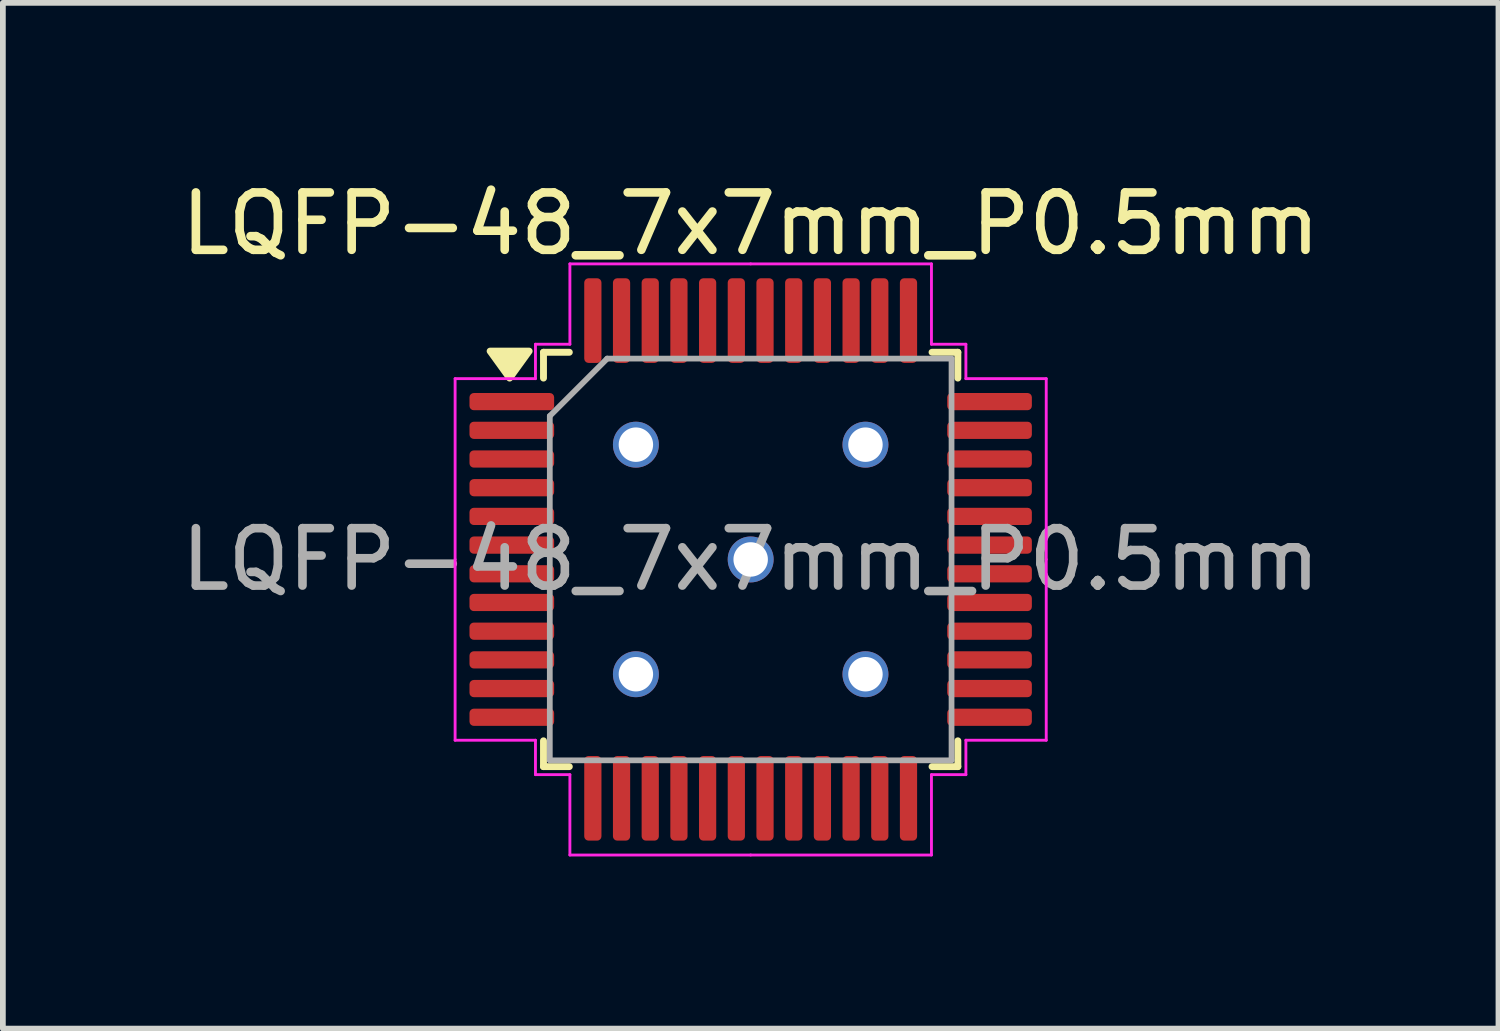
<source format=kicad_pcb>
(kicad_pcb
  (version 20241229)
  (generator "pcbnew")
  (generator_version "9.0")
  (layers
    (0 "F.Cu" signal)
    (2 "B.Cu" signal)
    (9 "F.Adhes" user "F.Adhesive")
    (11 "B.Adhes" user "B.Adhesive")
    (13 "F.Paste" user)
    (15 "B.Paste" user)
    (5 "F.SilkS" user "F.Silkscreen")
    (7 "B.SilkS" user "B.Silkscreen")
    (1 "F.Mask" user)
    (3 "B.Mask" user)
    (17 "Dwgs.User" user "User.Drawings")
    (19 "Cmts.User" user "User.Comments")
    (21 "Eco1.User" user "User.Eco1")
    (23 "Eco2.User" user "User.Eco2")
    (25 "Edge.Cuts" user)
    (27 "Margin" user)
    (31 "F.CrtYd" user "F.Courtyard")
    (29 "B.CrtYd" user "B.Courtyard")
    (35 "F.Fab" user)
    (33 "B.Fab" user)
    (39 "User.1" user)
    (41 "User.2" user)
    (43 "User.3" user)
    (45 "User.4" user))
  (footprint "LQFP-48_7x7mm_P0.5mm"
    (layer "F.Cu")
    (at 10.03 6.698)
    (property "Reference" "LQFP-48_7x7mm_P0.5mm" (at 0 -5.85 0) (layer "F.SilkS") (effects (font (size 1 1) (thickness 0.15))))
    (attr smd)
    (fp_line (start -3.61 -3.61) (end -3.61 -3.16) (stroke (width 0.12) (type solid)) (layer "F.SilkS"))
    (fp_line (start -3.61 3.61) (end -3.61 3.16) (stroke (width 0.12) (type solid)) (layer "F.SilkS"))
    (fp_line (start -3.16 -3.61) (end -3.61 -3.61) (stroke (width 0.12) (type solid)) (layer "F.SilkS"))
    (fp_line (start -3.16 3.61) (end -3.61 3.61) (stroke (width 0.12) (type solid)) (layer "F.SilkS"))
    (fp_line (start 3.16 -3.61) (end 3.61 -3.61) (stroke (width 0.12) (type solid)) (layer "F.SilkS"))
    (fp_line (start 3.16 3.61) (end 3.61 3.61) (stroke (width 0.12) (type solid)) (layer "F.SilkS"))
    (fp_line (start 3.61 -3.61) (end 3.61 -3.16) (stroke (width 0.12) (type solid)) (layer "F.SilkS"))
    (fp_line (start 3.61 3.61) (end 3.61 3.16) (stroke (width 0.12) (type solid)) (layer "F.SilkS"))
    (fp_poly (pts (xy -4.2 -3.16) (xy -4.54 -3.63) (xy -3.86 -3.63) (xy -4.2 -3.16)) (stroke (width 0.12) (type solid)) (fill yes) (layer "F.SilkS"))
    (fp_line (start -5.15 -3.15) (end -5.15 0) (stroke (width 0.05) (type solid)) (layer "F.CrtYd"))
    (fp_line (start -5.15 3.15) (end -5.15 0) (stroke (width 0.05) (type solid)) (layer "F.CrtYd"))
    (fp_line (start -3.75 -3.75) (end -3.75 -3.15) (stroke (width 0.05) (type solid)) (layer "F.CrtYd"))
    (fp_line (start -3.75 -3.15) (end -5.15 -3.15) (stroke (width 0.05) (type solid)) (layer "F.CrtYd"))
    (fp_line (start -3.75 3.15) (end -5.15 3.15) (stroke (width 0.05) (type solid)) (layer "F.CrtYd"))
    (fp_line (start -3.75 3.75) (end -3.75 3.15) (stroke (width 0.05) (type solid)) (layer "F.CrtYd"))
    (fp_line (start -3.15 -5.15) (end -3.15 -3.75) (stroke (width 0.05) (type solid)) (layer "F.CrtYd"))
    (fp_line (start -3.15 -3.75) (end -3.75 -3.75) (stroke (width 0.05) (type solid)) (layer "F.CrtYd"))
    (fp_line (start -3.15 3.75) (end -3.75 3.75) (stroke (width 0.05) (type solid)) (layer "F.CrtYd"))
    (fp_line (start -3.15 5.15) (end -3.15 3.75) (stroke (width 0.05) (type solid)) (layer "F.CrtYd"))
    (fp_line (start 0 -5.15) (end -3.15 -5.15) (stroke (width 0.05) (type solid)) (layer "F.CrtYd"))
    (fp_line (start 0 -5.15) (end 3.15 -5.15) (stroke (width 0.05) (type solid)) (layer "F.CrtYd"))
    (fp_line (start 0 5.15) (end -3.15 5.15) (stroke (width 0.05) (type solid)) (layer "F.CrtYd"))
    (fp_line (start 0 5.15) (end 3.15 5.15) (stroke (width 0.05) (type solid)) (layer "F.CrtYd"))
    (fp_line (start 3.15 -5.15) (end 3.15 -3.75) (stroke (width 0.05) (type solid)) (layer "F.CrtYd"))
    (fp_line (start 3.15 -3.75) (end 3.75 -3.75) (stroke (width 0.05) (type solid)) (layer "F.CrtYd"))
    (fp_line (start 3.15 3.75) (end 3.75 3.75) (stroke (width 0.05) (type solid)) (layer "F.CrtYd"))
    (fp_line (start 3.15 5.15) (end 3.15 3.75) (stroke (width 0.05) (type solid)) (layer "F.CrtYd"))
    (fp_line (start 3.75 -3.75) (end 3.75 -3.15) (stroke (width 0.05) (type solid)) (layer "F.CrtYd"))
    (fp_line (start 3.75 -3.15) (end 5.15 -3.15) (stroke (width 0.05) (type solid)) (layer "F.CrtYd"))
    (fp_line (start 3.75 3.15) (end 5.15 3.15) (stroke (width 0.05) (type solid)) (layer "F.CrtYd"))
    (fp_line (start 3.75 3.75) (end 3.75 3.15) (stroke (width 0.05) (type solid)) (layer "F.CrtYd"))
    (fp_line (start 5.15 -3.15) (end 5.15 0) (stroke (width 0.05) (type solid)) (layer "F.CrtYd"))
    (fp_line (start 5.15 3.15) (end 5.15 0) (stroke (width 0.05) (type solid)) (layer "F.CrtYd"))
    (fp_line (start -3.5 -2.5) (end -2.5 -3.5) (stroke (width 0.1) (type solid)) (layer "F.Fab"))
    (fp_line (start -3.5 3.5) (end -3.5 -2.5) (stroke (width 0.1) (type solid)) (layer "F.Fab"))
    (fp_line (start -2.5 -3.5) (end 3.5 -3.5) (stroke (width 0.1) (type solid)) (layer "F.Fab"))
    (fp_line (start 3.5 -3.5) (end 3.5 3.5) (stroke (width 0.1) (type solid)) (layer "F.Fab"))
    (fp_line (start 3.5 3.5) (end -3.5 3.5) (stroke (width 0.1) (type solid)) (layer "F.Fab"))
    (fp_text user "${REFERENCE}" (at 0 0 0) (layer "F.Fab") (effects (font (size 1 1) (thickness 0.15))))
    (pad "1" smd roundrect (at -4.162 -2.75) (size 1.475 0.3) (layers "F.Cu" "F.Mask" "F.Paste") (roundrect_rratio 0.25))
    (pad "2" smd roundrect (at -4.162 -2.25) (size 1.475 0.3) (layers "F.Cu" "F.Mask" "F.Paste") (roundrect_rratio 0.25))
    (pad "3" smd roundrect (at -4.162 -1.75) (size 1.475 0.3) (layers "F.Cu" "F.Mask" "F.Paste") (roundrect_rratio 0.25))
    (pad "4" smd roundrect (at -4.162 -1.25) (size 1.475 0.3) (layers "F.Cu" "F.Mask" "F.Paste") (roundrect_rratio 0.25))
    (pad "5" smd roundrect (at -4.162 -0.75) (size 1.475 0.3) (layers "F.Cu" "F.Mask" "F.Paste") (roundrect_rratio 0.25))
    (pad "6" smd roundrect (at -4.162 -0.25) (size 1.475 0.3) (layers "F.Cu" "F.Mask" "F.Paste") (roundrect_rratio 0.25))
    (pad "7" smd roundrect (at -4.162 0.25) (size 1.475 0.3) (layers "F.Cu" "F.Mask" "F.Paste") (roundrect_rratio 0.25))
    (pad "8" smd roundrect (at -4.162 0.75) (size 1.475 0.3) (layers "F.Cu" "F.Mask" "F.Paste") (roundrect_rratio 0.25))
    (pad "9" smd roundrect (at -4.162 1.25) (size 1.475 0.3) (layers "F.Cu" "F.Mask" "F.Paste") (roundrect_rratio 0.25))
    (pad "10" smd roundrect (at -4.162 1.75) (size 1.475 0.3) (layers "F.Cu" "F.Mask" "F.Paste") (roundrect_rratio 0.25))
    (pad "11" smd roundrect (at -4.162 2.25) (size 1.475 0.3) (layers "F.Cu" "F.Mask" "F.Paste") (roundrect_rratio 0.25))
    (pad "12" smd roundrect (at -4.162 2.75) (size 1.475 0.3) (layers "F.Cu" "F.Mask" "F.Paste") (roundrect_rratio 0.25))
    (pad "13" smd roundrect (at -2.75 4.162) (size 0.3 1.475) (layers "F.Cu" "F.Mask" "F.Paste") (roundrect_rratio 0.25))
    (pad "14" smd roundrect (at -2.25 4.162) (size 0.3 1.475) (layers "F.Cu" "F.Mask" "F.Paste") (roundrect_rratio 0.25))
    (pad "15" smd roundrect (at -1.75 4.162) (size 0.3 1.475) (layers "F.Cu" "F.Mask" "F.Paste") (roundrect_rratio 0.25))
    (pad "16" smd roundrect (at -1.25 4.162) (size 0.3 1.475) (layers "F.Cu" "F.Mask" "F.Paste") (roundrect_rratio 0.25))
    (pad "17" smd roundrect (at -0.75 4.162) (size 0.3 1.475) (layers "F.Cu" "F.Mask" "F.Paste") (roundrect_rratio 0.25))
    (pad "18" smd roundrect (at -0.25 4.162) (size 0.3 1.475) (layers "F.Cu" "F.Mask" "F.Paste") (roundrect_rratio 0.25))
    (pad "19" smd roundrect (at 0.25 4.162) (size 0.3 1.475) (layers "F.Cu" "F.Mask" "F.Paste") (roundrect_rratio 0.25))
    (pad "20" smd roundrect (at 0.75 4.162) (size 0.3 1.475) (layers "F.Cu" "F.Mask" "F.Paste") (roundrect_rratio 0.25))
    (pad "21" smd roundrect (at 1.25 4.162) (size 0.3 1.475) (layers "F.Cu" "F.Mask" "F.Paste") (roundrect_rratio 0.25))
    (pad "22" smd roundrect (at 1.75 4.162) (size 0.3 1.475) (layers "F.Cu" "F.Mask" "F.Paste") (roundrect_rratio 0.25))
    (pad "23" thru_hole circle (at -2 -2 270) (size 0.8 0.8) (drill 0.6) (layers "*.Cu" "*.Mask"))
    (pad "23" thru_hole circle (at -2 2) (size 0.8 0.8) (drill 0.6) (layers "*.Cu" "*.Mask"))
    (pad "23" thru_hole circle (at 0 0 270) (size 0.8 0.8) (drill 0.6) (layers "*.Cu" "*.Mask"))
    (pad "23" thru_hole circle (at 2 -2) (size 0.8 0.8) (drill 0.6) (layers "*.Cu" "*.Mask"))
    (pad "23" thru_hole circle (at 2 2 270) (size 0.8 0.8) (drill 0.6) (layers "*.Cu" "*.Mask"))
    (pad "23" smd roundrect (at 2.25 4.162) (size 0.3 1.475) (layers "F.Cu" "F.Mask" "F.Paste") (roundrect_rratio 0.25))
    (pad "24" smd roundrect (at 2.75 4.162) (size 0.3 1.475) (layers "F.Cu" "F.Mask" "F.Paste") (roundrect_rratio 0.25))
    (pad "25" smd roundrect (at 4.162 2.75) (size 1.475 0.3) (layers "F.Cu" "F.Mask" "F.Paste") (roundrect_rratio 0.25))
    (pad "26" smd roundrect (at 4.162 2.25) (size 1.475 0.3) (layers "F.Cu" "F.Mask" "F.Paste") (roundrect_rratio 0.25))
    (pad "27" smd roundrect (at 4.162 1.75) (size 1.475 0.3) (layers "F.Cu" "F.Mask" "F.Paste") (roundrect_rratio 0.25))
    (pad "28" smd roundrect (at 4.162 1.25) (size 1.475 0.3) (layers "F.Cu" "F.Mask" "F.Paste") (roundrect_rratio 0.25))
    (pad "29" smd roundrect (at 4.162 0.75) (size 1.475 0.3) (layers "F.Cu" "F.Mask" "F.Paste") (roundrect_rratio 0.25))
    (pad "30" smd roundrect (at 4.162 0.25) (size 1.475 0.3) (layers "F.Cu" "F.Mask" "F.Paste") (roundrect_rratio 0.25))
    (pad "31" smd roundrect (at 4.162 -0.25) (size 1.475 0.3) (layers "F.Cu" "F.Mask" "F.Paste") (roundrect_rratio 0.25))
    (pad "32" smd roundrect (at 4.162 -0.75) (size 1.475 0.3) (layers "F.Cu" "F.Mask" "F.Paste") (roundrect_rratio 0.25))
    (pad "33" smd roundrect (at 4.162 -1.25) (size 1.475 0.3) (layers "F.Cu" "F.Mask" "F.Paste") (roundrect_rratio 0.25))
    (pad "34" smd roundrect (at 4.162 -1.75) (size 1.475 0.3) (layers "F.Cu" "F.Mask" "F.Paste") (roundrect_rratio 0.25))
    (pad "35" smd roundrect (at 4.162 -2.25) (size 1.475 0.3) (layers "F.Cu" "F.Mask" "F.Paste") (roundrect_rratio 0.25))
    (pad "36" smd roundrect (at 4.162 -2.75) (size 1.475 0.3) (layers "F.Cu" "F.Mask" "F.Paste") (roundrect_rratio 0.25))
    (pad "37" smd roundrect (at 2.75 -4.162) (size 0.3 1.475) (layers "F.Cu" "F.Mask" "F.Paste") (roundrect_rratio 0.25))
    (pad "38" smd roundrect (at 2.25 -4.162) (size 0.3 1.475) (layers "F.Cu" "F.Mask" "F.Paste") (roundrect_rratio 0.25))
    (pad "39" smd roundrect (at 1.75 -4.162) (size 0.3 1.475) (layers "F.Cu" "F.Mask" "F.Paste") (roundrect_rratio 0.25))
    (pad "40" smd roundrect (at 1.25 -4.162) (size 0.3 1.475) (layers "F.Cu" "F.Mask" "F.Paste") (roundrect_rratio 0.25))
    (pad "41" smd roundrect (at 0.75 -4.162) (size 0.3 1.475) (layers "F.Cu" "F.Mask" "F.Paste") (roundrect_rratio 0.25))
    (pad "42" smd roundrect (at 0.25 -4.162) (size 0.3 1.475) (layers "F.Cu" "F.Mask" "F.Paste") (roundrect_rratio 0.25))
    (pad "43" smd roundrect (at -0.25 -4.162) (size 0.3 1.475) (layers "F.Cu" "F.Mask" "F.Paste") (roundrect_rratio 0.25))
    (pad "44" smd roundrect (at -0.75 -4.162) (size 0.3 1.475) (layers "F.Cu" "F.Mask" "F.Paste") (roundrect_rratio 0.25))
    (pad "45" smd roundrect (at -1.25 -4.162) (size 0.3 1.475) (layers "F.Cu" "F.Mask" "F.Paste") (roundrect_rratio 0.25))
    (pad "46" smd roundrect (at -1.75 -4.162) (size 0.3 1.475) (layers "F.Cu" "F.Mask" "F.Paste") (roundrect_rratio 0.25))
    (pad "47" smd roundrect (at -2.25 -4.162) (size 0.3 1.475) (layers "F.Cu" "F.Mask" "F.Paste") (roundrect_rratio 0.25))
    (pad "48" smd roundrect (at -2.75 -4.162) (size 0.3 1.475) (layers "F.Cu" "F.Mask" "F.Paste") (roundrect_rratio 0.25))
    (zone (net_name "") (layers "F.Cu" "B.Cu") (hatch edge 0.5) (connect_pads) (min_thickness 0.25) (filled_areas_thickness no) (keepout (tracks allowed) (vias allowed) (pads allowed) (copperpour not_allowed) (footprints allowed)) (placement (enabled no)) (fill) (polygon (pts (xy 6.68 9.398) (xy 6.68 3.998) (xy 6.98 3.998) (xy 6.98 9.398))))
    (zone (net_name "") (layers "F.Cu" "B.Cu") (hatch edge 0.5) (connect_pads) (min_thickness 0.25) (filled_areas_thickness no) (keepout (tracks allowed) (vias allowed) (pads allowed) (copperpour not_allowed) (footprints allowed)) (placement (enabled no)) (fill) (polygon (pts (xy 7.33 10.048) (xy 12.73 10.048) (xy 12.73 9.748) (xy 7.33 9.748))))
    (zone (net_name "") (layers "F.Cu" "B.Cu") (hatch edge 0.5) (connect_pads) (min_thickness 0.25) (filled_areas_thickness no) (keepout (tracks allowed) (vias allowed) (pads allowed) (copperpour not_allowed) (footprints allowed)) (placement (enabled no)) (fill) (polygon (pts (xy 12.73 3.348) (xy 7.33 3.348) (xy 7.33 3.648) (xy 12.73 3.648))))
    (zone (net_name "") (layers "F.Cu" "B.Cu") (hatch edge 0.5) (connect_pads) (min_thickness 0.25) (filled_areas_thickness no) (keepout (tracks allowed) (vias allowed) (pads allowed) (copperpour not_allowed) (footprints allowed)) (placement (enabled no)) (fill) (polygon (pts (xy 13.38 9.398) (xy 13.38 3.998) (xy 13.08 3.998) (xy 13.08 9.398))))
    (zone (net_name "") (layers "F.Cu" "B.Cu") (hatch edge 0.5) (connect_pads) (min_thickness 0.25) (filled_areas_thickness no) (keepout (tracks allowed) (vias allowed) (pads allowed) (copperpour not_allowed) (footprints allowed)) (placement (enabled no)) (fill) (polygon (pts (arc (start 6.679761 3.99825) (mid 6.870142 3.538631) (end 7.329761 3.34825)) (arc (start 7.329761 3.64825) (mid 7.082274 3.750763) (end 6.979761 3.99825)))))
    (zone (net_name "") (layers "F.Cu" "B.Cu") (hatch edge 0.5) (connect_pads) (min_thickness 0.25) (filled_areas_thickness no) (keepout (tracks allowed) (vias allowed) (pads allowed) (copperpour not_allowed) (footprints allowed)) (placement (enabled no)) (fill) (polygon (pts (arc (start 7.329761 10.04825) (mid 6.870142 9.857869) (end 6.679761 9.39825)) (arc (start 6.979761 9.39825) (mid 7.082274 9.645737) (end 7.329761 9.74825)))))
    (zone (net_name "") (layers "F.Cu" "B.Cu") (hatch edge 0.5) (connect_pads) (min_thickness 0.25) (filled_areas_thickness no) (keepout (tracks allowed) (vias allowed) (pads allowed) (copperpour not_allowed) (footprints allowed)) (placement (enabled no)) (fill) (polygon (pts (arc (start 13.379761 3.99825) (mid 13.18938 3.538631) (end 12.729761 3.34825)) (arc (start 12.729761 3.64825) (mid 12.977248 3.750763) (end 13.079761 3.99825)))))
    (zone (net_name "") (layers "F.Cu" "B.Cu") (hatch edge 0.5) (connect_pads) (min_thickness 0.25) (filled_areas_thickness no) (keepout (tracks allowed) (vias allowed) (pads allowed) (copperpour not_allowed) (footprints allowed)) (placement (enabled no)) (fill) (polygon (pts (arc (start 13.379761 9.39825) (mid 13.18938 9.857869) (end 12.729761 10.04825)) (arc (start 12.729761 9.74825) (mid 12.977248 9.645737) (end 13.079761 9.39825))))))
  (gr_rect
    (start -3 -3)
    (end 23.06 14.873)
    (stroke (width 0.1) (type default))
    (fill no)
    (layer "Edge.Cuts")))
</source>
